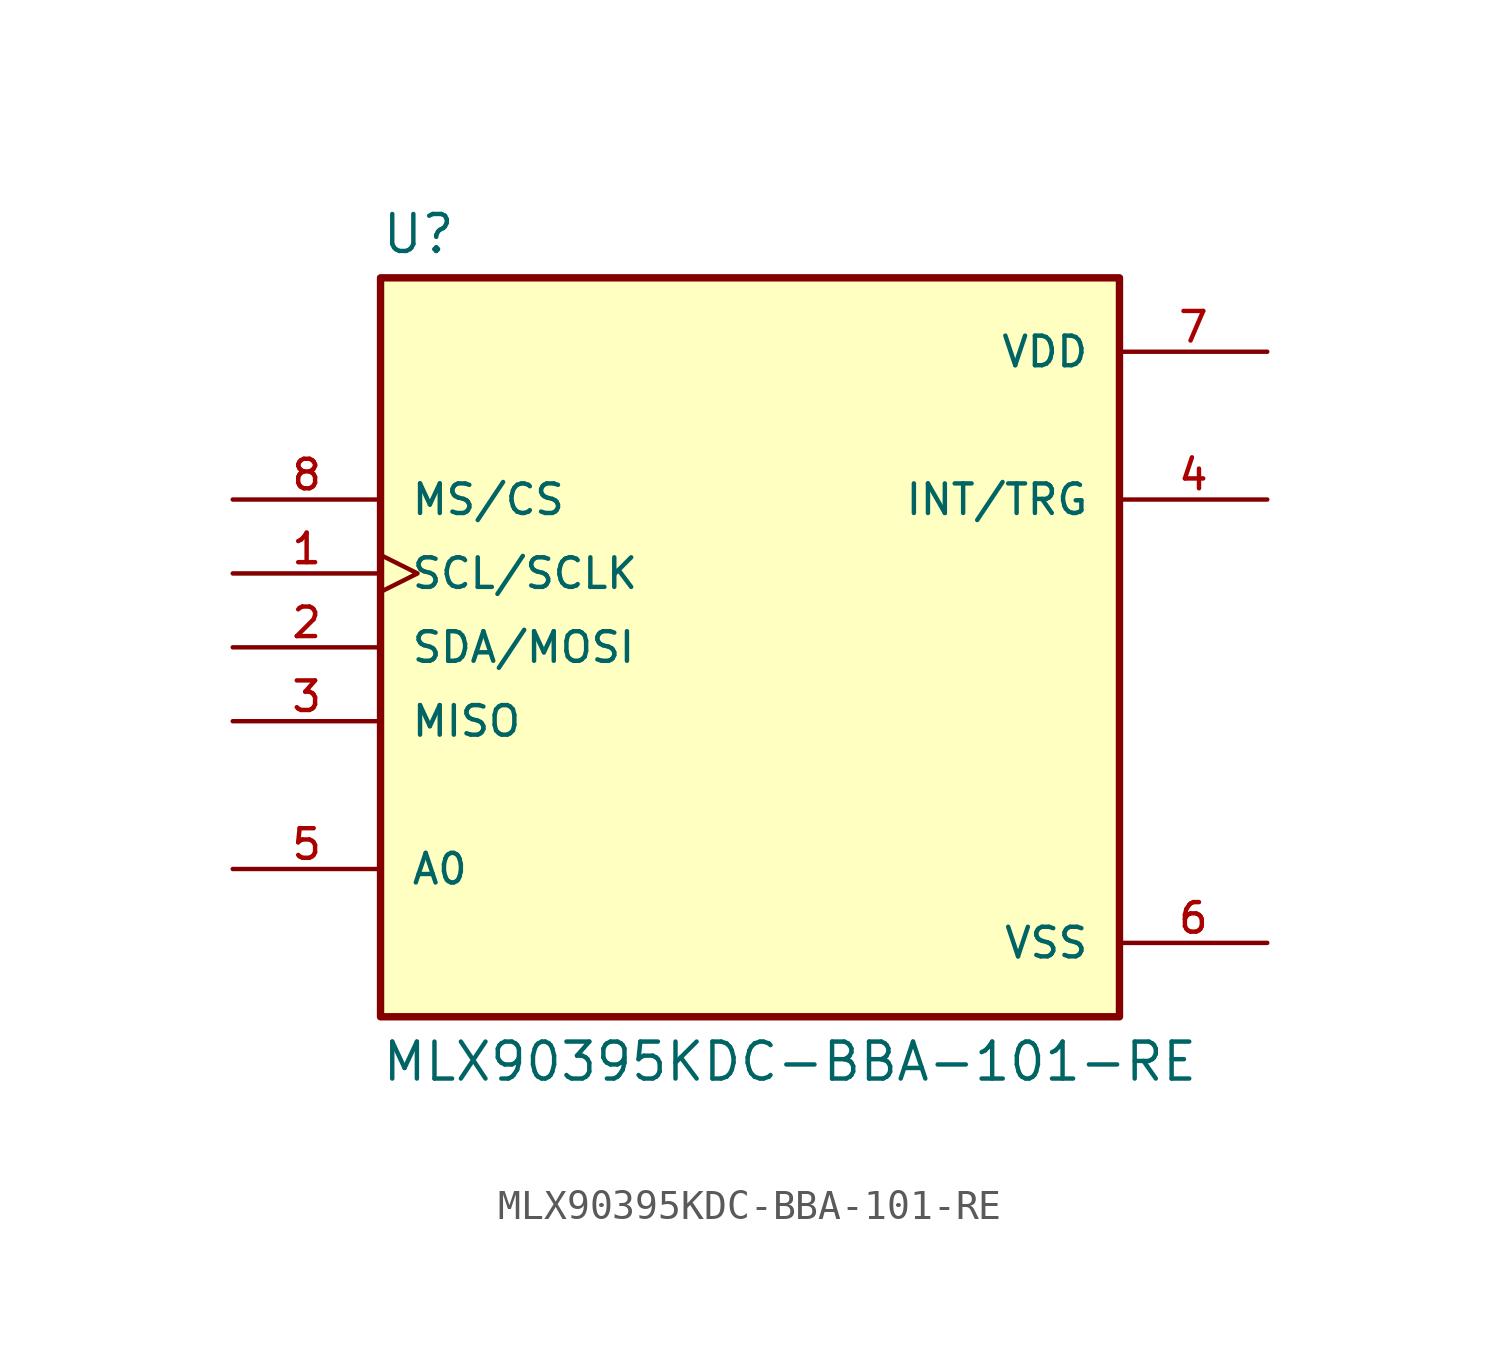
<source format=kicad_sym>
(kicad_symbol_lib
  (version 20211014)
  (generator kicad_symbol_editor)
  (symbol "MLX90395KDC-BBA-101-RE"
    (pin_names
      (offset 1.016))
    (property "Reference" "U"
      (at -12.7 13.462 0)
      (effects (font (size 1.27 1.27)) (justify bottom left)))
    (property "Value" "MLX90395KDC-BBA-101-RE"
      (at -12.7 -14.986 0)
      (effects (font (size 1.27 1.27)) (justify bottom left)))
    (symbol "MLX90395KDC-BBA-101-RE_0_0"
      (rectangle (start -12.7 -12.7) (end 12.7 12.7) (stroke (width 0.254)) (fill (type background)))
      (pin input clock (at -17.78 2.54 0) (length 5.08) (name "SCL/SCLK" (effects (font (size 1.016 1.016)))) (number "1" (effects (font (size 1.016 1.016)))))
      (pin bidirectional line (at -17.78 0.0 0) (length 5.08) (name "SDA/MOSI" (effects (font (size 1.016 1.016)))) (number "2" (effects (font (size 1.016 1.016)))))
      (pin output line (at -17.78 -2.54 0) (length 5.08) (name "MISO" (effects (font (size 1.016 1.016)))) (number "3" (effects (font (size 1.016 1.016)))))
      (pin output line (at 17.78 5.08 180.0) (length 5.08) (name "INT/TRG" (effects (font (size 1.016 1.016)))) (number "4" (effects (font (size 1.016 1.016)))))
      (pin input line (at -17.78 -7.62 0) (length 5.08) (name "A0" (effects (font (size 1.016 1.016)))) (number "5" (effects (font (size 1.016 1.016)))))
      (pin power_in line (at 17.78 -10.16 180.0) (length 5.08) (name "VSS" (effects (font (size 1.016 1.016)))) (number "6" (effects (font (size 1.016 1.016)))))
      (pin power_in line (at 17.78 10.16 180.0) (length 5.08) (name "VDD" (effects (font (size 1.016 1.016)))) (number "7" (effects (font (size 1.016 1.016)))))
      (pin input line (at -17.78 5.08 0) (length 5.08) (name "MS/CS" (effects (font (size 1.016 1.016)))) (number "8" (effects (font (size 1.016 1.016))))))))
</source>
